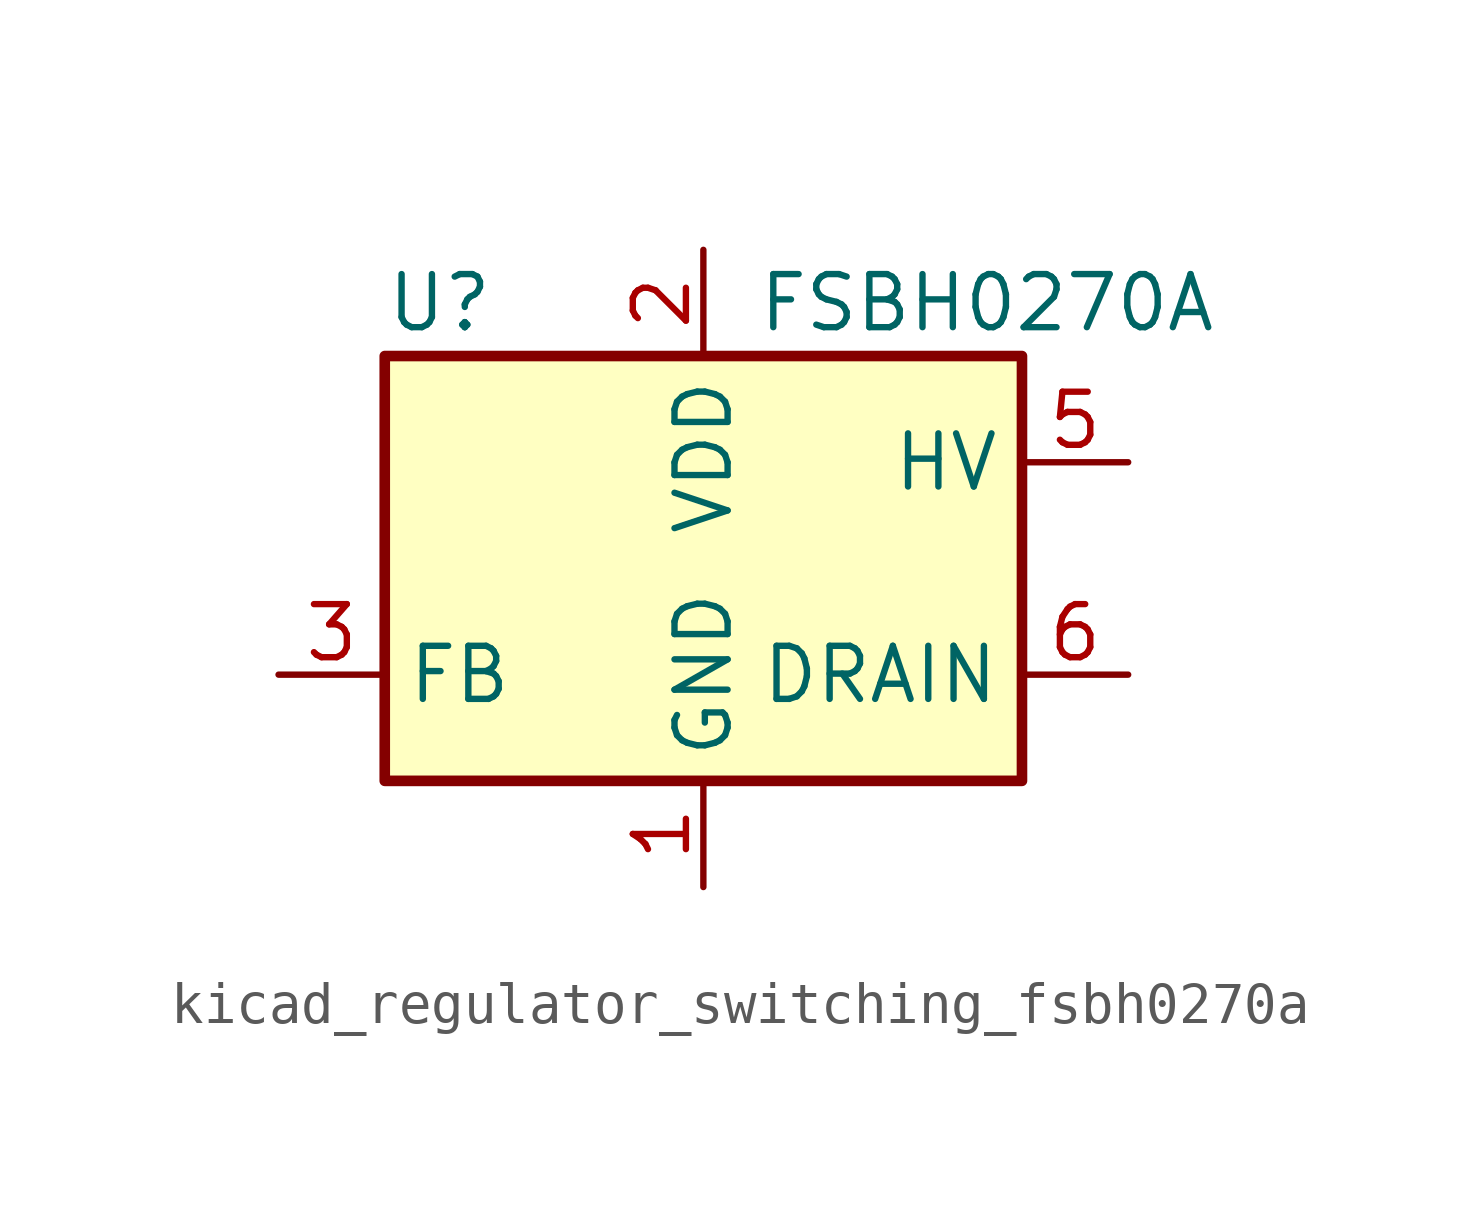
<source format=kicad_sym>
(kicad_symbol_lib
  (version 20220914)
  (generator kicad_symbol_editor)
  (symbol "kicad_regulator_switching_fsbh0270a"
    (property "Reference" "U"
      (at -7.62 6.35 0)
      (effects (font (size 1.27 1.27)) (justify left)))
    (property "Value" "FSBH0270A"
      (at 1.27 6.35 0)
      (effects (font (size 1.27 1.27)) (justify left)))
    (symbol "kicad_regulator_switching_fsbh0270a_0_1"
      (rectangle (start -7.62 5.08) (end 7.62 -5.08) (stroke (width 0.254) (type default)) (fill (type background))))
    (symbol "kicad_regulator_switching_fsbh0270a_1_1"
      (pin power_in line (at 0 -7.62 90) (length 2.54) (name "GND" (effects (font (size 1.27 1.27)))) (number "1" (effects (font (size 1.27 1.27)))))
      (pin power_in line (at 0 7.62 270) (length 2.54) (name "VDD" (effects (font (size 1.27 1.27)))) (number "2" (effects (font (size 1.27 1.27)))))
      (pin input line (at -10.16 -2.54 0) (length 2.54) (name "FB" (effects (font (size 1.27 1.27)))) (number "3" (effects (font (size 1.27 1.27)))))
      (pin no_connect line (at -7.62 2.54 0) (length 2.54) hide (name "NC" (effects (font (size 1.27 1.27)))) (number "4" (effects (font (size 1.27 1.27)))))
      (pin input line (at 10.16 2.54 180) (length 2.54) (name "HV" (effects (font (size 1.27 1.27)))) (number "5" (effects (font (size 1.27 1.27)))))
      (pin open_collector line (at 10.16 -2.54 180) (length 2.54) (name "DRAIN" (effects (font (size 1.27 1.27)))) (number "6" (effects (font (size 1.27 1.27)))))
      (pin open_collector line (at 10.16 -2.54 180) (length 2.54) hide (name "DRAIN" (effects (font (size 1.27 1.27)))) (number "7" (effects (font (size 1.27 1.27)))))
      (pin open_collector line (at 10.16 -2.54 180) (length 2.54) hide (name "DRAIN" (effects (font (size 1.27 1.27)))) (number "8" (effects (font (size 1.27 1.27))))))))
</source>
